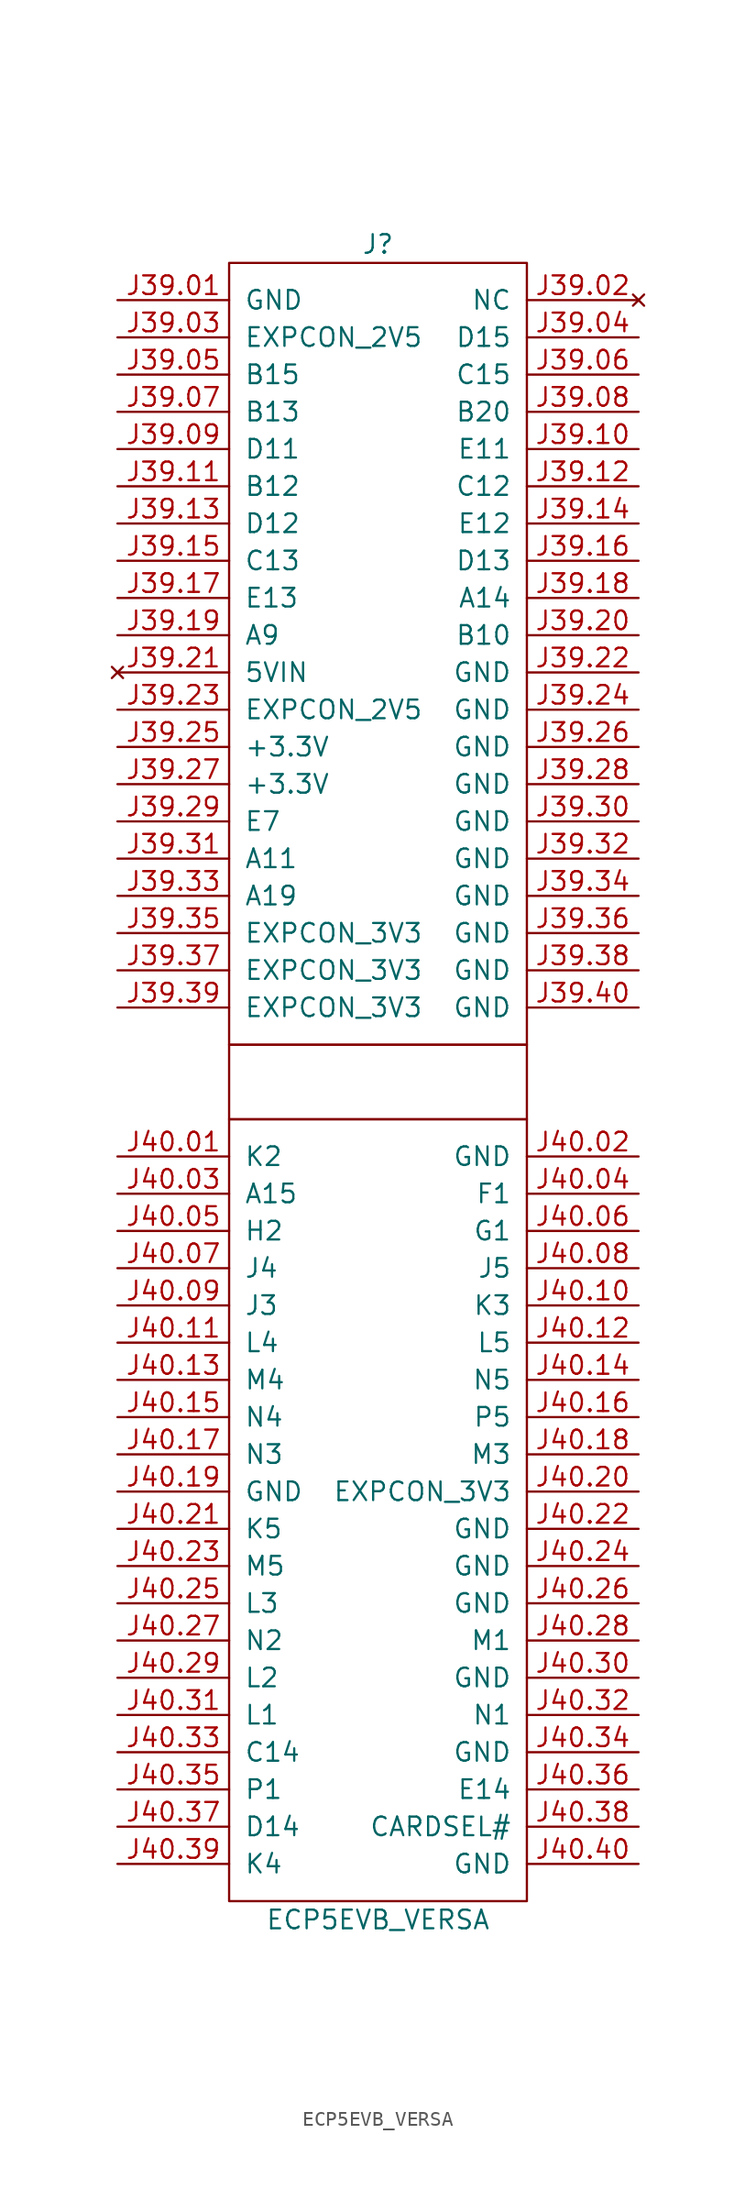
<source format=kicad_sym>
(kicad_symbol_lib
  (version 20201005)
  (generator kicad_symbol_editor)
  (symbol "lattice:ECP5EVB_VERSA"
    (pin_names
      (offset 1.016))
    (property "Reference" "J"
      (at 0 57.15 0)
      (effects (font (size 1.27 1.27))))
    (property "Value" "ECP5EVB_VERSA"
      (at 0 -57.15 0)
      (effects (font (size 1.27 1.27))))
    (symbol "ECP5EVB_VERSA_0_1"
      (rectangle (start -10.16 -2.54) (end 10.16 -55.88) (stroke (width 0)) (fill (type none)))
      (rectangle (start -10.16 2.54) (end 10.16 -2.54) (stroke (width 0)) (fill (type none)))
      (rectangle (start -10.16 55.88) (end 10.16 2.54) (stroke (width 0)) (fill (type none))))
    (symbol "ECP5EVB_VERSA_1_1"
      (pin power_out line (at -17.78 53.34 0) (length 7.62) (name "GND" (effects (font (size 1.27 1.27)))) (number "J39.01" (effects (font (size 1.27 1.27)))))
      (pin no_connect line (at 17.78 53.34 180) (length 7.62) (name "NC" (effects (font (size 1.27 1.27)))) (number "J39.02" (effects (font (size 1.27 1.27)))))
      (pin power_out line (at -17.78 50.8 0) (length 7.62) (name "EXPCON_2V5" (effects (font (size 1.27 1.27)))) (number "J39.03" (effects (font (size 1.27 1.27)))))
      (pin bidirectional line (at 17.78 50.8 180) (length 7.62) (name "D15" (effects (font (size 1.27 1.27)))) (number "J39.04" (effects (font (size 1.27 1.27)))))
      (pin bidirectional line (at -17.78 48.26 0) (length 7.62) (name "B15" (effects (font (size 1.27 1.27)))) (number "J39.05" (effects (font (size 1.27 1.27)))))
      (pin bidirectional line (at 17.78 48.26 180) (length 7.62) (name "C15" (effects (font (size 1.27 1.27)))) (number "J39.06" (effects (font (size 1.27 1.27)))))
      (pin bidirectional line (at -17.78 45.72 0) (length 7.62) (name "B13" (effects (font (size 1.27 1.27)))) (number "J39.07" (effects (font (size 1.27 1.27)))))
      (pin bidirectional line (at 17.78 45.72 180) (length 7.62) (name "B20" (effects (font (size 1.27 1.27)))) (number "J39.08" (effects (font (size 1.27 1.27)))))
      (pin bidirectional line (at -17.78 43.18 0) (length 7.62) (name "D11" (effects (font (size 1.27 1.27)))) (number "J39.09" (effects (font (size 1.27 1.27)))))
      (pin bidirectional line (at 17.78 43.18 180) (length 7.62) (name "E11" (effects (font (size 1.27 1.27)))) (number "J39.10" (effects (font (size 1.27 1.27)))))
      (pin bidirectional line (at -17.78 40.64 0) (length 7.62) (name "B12" (effects (font (size 1.27 1.27)))) (number "J39.11" (effects (font (size 1.27 1.27)))))
      (pin bidirectional line (at 17.78 40.64 180) (length 7.62) (name "C12" (effects (font (size 1.27 1.27)))) (number "J39.12" (effects (font (size 1.27 1.27)))))
      (pin bidirectional line (at -17.78 38.1 0) (length 7.62) (name "D12" (effects (font (size 1.27 1.27)))) (number "J39.13" (effects (font (size 1.27 1.27)))))
      (pin bidirectional line (at 17.78 38.1 180) (length 7.62) (name "E12" (effects (font (size 1.27 1.27)))) (number "J39.14" (effects (font (size 1.27 1.27)))))
      (pin bidirectional line (at -17.78 35.56 0) (length 7.62) (name "C13" (effects (font (size 1.27 1.27)))) (number "J39.15" (effects (font (size 1.27 1.27)))))
      (pin bidirectional line (at 17.78 35.56 180) (length 7.62) (name "D13" (effects (font (size 1.27 1.27)))) (number "J39.16" (effects (font (size 1.27 1.27)))))
      (pin bidirectional line (at -17.78 33.02 0) (length 7.62) (name "E13" (effects (font (size 1.27 1.27)))) (number "J39.17" (effects (font (size 1.27 1.27)))))
      (pin bidirectional line (at 17.78 33.02 180) (length 7.62) (name "A14" (effects (font (size 1.27 1.27)))) (number "J39.18" (effects (font (size 1.27 1.27)))))
      (pin bidirectional line (at -17.78 30.48 0) (length 7.62) (name "A9" (effects (font (size 1.27 1.27)))) (number "J39.19" (effects (font (size 1.27 1.27)))))
      (pin bidirectional line (at 17.78 30.48 180) (length 7.62) (name "B10" (effects (font (size 1.27 1.27)))) (number "J39.20" (effects (font (size 1.27 1.27)))))
      (pin no_connect line (at -17.78 27.94 0) (length 7.62) (name "5VIN" (effects (font (size 1.27 1.27)))) (number "J39.21" (effects (font (size 1.27 1.27)))))
      (pin power_out line (at 17.78 27.94 180) (length 7.62) (name "GND" (effects (font (size 1.27 1.27)))) (number "J39.22" (effects (font (size 1.27 1.27)))))
      (pin power_out line (at -17.78 25.4 0) (length 7.62) (name "EXPCON_2V5" (effects (font (size 1.27 1.27)))) (number "J39.23" (effects (font (size 1.27 1.27)))))
      (pin power_out line (at 17.78 25.4 180) (length 7.62) (name "GND" (effects (font (size 1.27 1.27)))) (number "J39.24" (effects (font (size 1.27 1.27)))))
      (pin power_out line (at -17.78 22.86 0) (length 7.62) (name "+3.3V" (effects (font (size 1.27 1.27)))) (number "J39.25" (effects (font (size 1.27 1.27)))))
      (pin power_out line (at 17.78 22.86 180) (length 7.62) (name "GND" (effects (font (size 1.27 1.27)))) (number "J39.26" (effects (font (size 1.27 1.27)))))
      (pin power_out line (at -17.78 20.32 0) (length 7.62) (name "+3.3V" (effects (font (size 1.27 1.27)))) (number "J39.27" (effects (font (size 1.27 1.27)))))
      (pin power_out line (at 17.78 20.32 180) (length 7.62) (name "GND" (effects (font (size 1.27 1.27)))) (number "J39.28" (effects (font (size 1.27 1.27)))))
      (pin bidirectional line (at -17.78 17.78 0) (length 7.62) (name "E7" (effects (font (size 1.27 1.27)))) (number "J39.29" (effects (font (size 1.27 1.27)))))
      (pin power_out line (at 17.78 17.78 180) (length 7.62) (name "GND" (effects (font (size 1.27 1.27)))) (number "J39.30" (effects (font (size 1.27 1.27)))))
      (pin bidirectional line (at -17.78 15.24 0) (length 7.62) (name "A11" (effects (font (size 1.27 1.27)))) (number "J39.31" (effects (font (size 1.27 1.27)))))
      (pin power_out line (at 17.78 15.24 180) (length 7.62) (name "GND" (effects (font (size 1.27 1.27)))) (number "J39.32" (effects (font (size 1.27 1.27)))))
      (pin bidirectional line (at -17.78 12.7 0) (length 7.62) (name "A19" (effects (font (size 1.27 1.27)))) (number "J39.33" (effects (font (size 1.27 1.27)))))
      (pin power_out line (at 17.78 12.7 180) (length 7.62) (name "GND" (effects (font (size 1.27 1.27)))) (number "J39.34" (effects (font (size 1.27 1.27)))))
      (pin power_out line (at -17.78 10.16 0) (length 7.62) (name "EXPCON_3V3" (effects (font (size 1.27 1.27)))) (number "J39.35" (effects (font (size 1.27 1.27)))))
      (pin power_out line (at 17.78 10.16 180) (length 7.62) (name "GND" (effects (font (size 1.27 1.27)))) (number "J39.36" (effects (font (size 1.27 1.27)))))
      (pin power_out line (at -17.78 7.62 0) (length 7.62) (name "EXPCON_3V3" (effects (font (size 1.27 1.27)))) (number "J39.37" (effects (font (size 1.27 1.27)))))
      (pin power_out line (at 17.78 7.62 180) (length 7.62) (name "GND" (effects (font (size 1.27 1.27)))) (number "J39.38" (effects (font (size 1.27 1.27)))))
      (pin power_out line (at -17.78 5.08 0) (length 7.62) (name "EXPCON_3V3" (effects (font (size 1.27 1.27)))) (number "J39.39" (effects (font (size 1.27 1.27)))))
      (pin power_out line (at 17.78 5.08 180) (length 7.62) (name "GND" (effects (font (size 1.27 1.27)))) (number "J39.40" (effects (font (size 1.27 1.27)))))
      (pin bidirectional line (at -17.78 -5.08 0) (length 7.62) (name "K2" (effects (font (size 1.27 1.27)))) (number "J40.01" (effects (font (size 1.27 1.27)))))
      (pin power_out line (at 17.78 -5.08 180) (length 7.62) (name "GND" (effects (font (size 1.27 1.27)))) (number "J40.02" (effects (font (size 1.27 1.27)))))
      (pin bidirectional line (at -17.78 -7.62 0) (length 7.62) (name "A15" (effects (font (size 1.27 1.27)))) (number "J40.03" (effects (font (size 1.27 1.27)))))
      (pin bidirectional line (at 17.78 -7.62 180) (length 7.62) (name "F1" (effects (font (size 1.27 1.27)))) (number "J40.04" (effects (font (size 1.27 1.27)))))
      (pin bidirectional line (at -17.78 -10.16 0) (length 7.62) (name "H2" (effects (font (size 1.27 1.27)))) (number "J40.05" (effects (font (size 1.27 1.27)))))
      (pin bidirectional line (at 17.78 -10.16 180) (length 7.62) (name "G1" (effects (font (size 1.27 1.27)))) (number "J40.06" (effects (font (size 1.27 1.27)))))
      (pin bidirectional line (at -17.78 -12.7 0) (length 7.62) (name "J4" (effects (font (size 1.27 1.27)))) (number "J40.07" (effects (font (size 1.27 1.27)))))
      (pin bidirectional line (at 17.78 -12.7 180) (length 7.62) (name "J5" (effects (font (size 1.27 1.27)))) (number "J40.08" (effects (font (size 1.27 1.27)))))
      (pin bidirectional line (at -17.78 -15.24 0) (length 7.62) (name "J3" (effects (font (size 1.27 1.27)))) (number "J40.09" (effects (font (size 1.27 1.27)))))
      (pin bidirectional line (at 17.78 -15.24 180) (length 7.62) (name "K3" (effects (font (size 1.27 1.27)))) (number "J40.10" (effects (font (size 1.27 1.27)))))
      (pin bidirectional line (at -17.78 -17.78 0) (length 7.62) (name "L4" (effects (font (size 1.27 1.27)))) (number "J40.11" (effects (font (size 1.27 1.27)))))
      (pin bidirectional line (at 17.78 -17.78 180) (length 7.62) (name "L5" (effects (font (size 1.27 1.27)))) (number "J40.12" (effects (font (size 1.27 1.27)))))
      (pin bidirectional line (at -17.78 -20.32 0) (length 7.62) (name "M4" (effects (font (size 1.27 1.27)))) (number "J40.13" (effects (font (size 1.27 1.27)))))
      (pin bidirectional line (at 17.78 -20.32 180) (length 7.62) (name "N5" (effects (font (size 1.27 1.27)))) (number "J40.14" (effects (font (size 1.27 1.27)))))
      (pin bidirectional line (at -17.78 -22.86 0) (length 7.62) (name "N4" (effects (font (size 1.27 1.27)))) (number "J40.15" (effects (font (size 1.27 1.27)))))
      (pin bidirectional line (at 17.78 -22.86 180) (length 7.62) (name "P5" (effects (font (size 1.27 1.27)))) (number "J40.16" (effects (font (size 1.27 1.27)))))
      (pin bidirectional line (at -17.78 -25.4 0) (length 7.62) (name "N3" (effects (font (size 1.27 1.27)))) (number "J40.17" (effects (font (size 1.27 1.27)))))
      (pin bidirectional line (at 17.78 -25.4 180) (length 7.62) (name "M3" (effects (font (size 1.27 1.27)))) (number "J40.18" (effects (font (size 1.27 1.27)))))
      (pin power_out line (at -17.78 -27.94 0) (length 7.62) (name "GND" (effects (font (size 1.27 1.27)))) (number "J40.19" (effects (font (size 1.27 1.27)))))
      (pin power_out line (at 17.78 -27.94 180) (length 7.62) (name "EXPCON_3V3" (effects (font (size 1.27 1.27)))) (number "J40.20" (effects (font (size 1.27 1.27)))))
      (pin bidirectional line (at -17.78 -30.48 0) (length 7.62) (name "K5" (effects (font (size 1.27 1.27)))) (number "J40.21" (effects (font (size 1.27 1.27)))))
      (pin power_out line (at 17.78 -30.48 180) (length 7.62) (name "GND" (effects (font (size 1.27 1.27)))) (number "J40.22" (effects (font (size 1.27 1.27)))))
      (pin bidirectional line (at -17.78 -33.02 0) (length 7.62) (name "M5" (effects (font (size 1.27 1.27)))) (number "J40.23" (effects (font (size 1.27 1.27)))))
      (pin power_out line (at 17.78 -33.02 180) (length 7.62) (name "GND" (effects (font (size 1.27 1.27)))) (number "J40.24" (effects (font (size 1.27 1.27)))))
      (pin bidirectional line (at -17.78 -35.56 0) (length 7.62) (name "L3" (effects (font (size 1.27 1.27)))) (number "J40.25" (effects (font (size 1.27 1.27)))))
      (pin power_out line (at 17.78 -35.56 180) (length 7.62) (name "GND" (effects (font (size 1.27 1.27)))) (number "J40.26" (effects (font (size 1.27 1.27)))))
      (pin bidirectional line (at -17.78 -38.1 0) (length 7.62) (name "N2" (effects (font (size 1.27 1.27)))) (number "J40.27" (effects (font (size 1.27 1.27)))))
      (pin bidirectional line (at 17.78 -38.1 180) (length 7.62) (name "M1" (effects (font (size 1.27 1.27)))) (number "J40.28" (effects (font (size 1.27 1.27)))))
      (pin bidirectional line (at -17.78 -40.64 0) (length 7.62) (name "L2" (effects (font (size 1.27 1.27)))) (number "J40.29" (effects (font (size 1.27 1.27)))))
      (pin power_out line (at 17.78 -40.64 180) (length 7.62) (name "GND" (effects (font (size 1.27 1.27)))) (number "J40.30" (effects (font (size 1.27 1.27)))))
      (pin bidirectional line (at -17.78 -43.18 0) (length 7.62) (name "L1" (effects (font (size 1.27 1.27)))) (number "J40.31" (effects (font (size 1.27 1.27)))))
      (pin bidirectional line (at 17.78 -43.18 180) (length 7.62) (name "N1" (effects (font (size 1.27 1.27)))) (number "J40.32" (effects (font (size 1.27 1.27)))))
      (pin bidirectional line (at -17.78 -45.72 0) (length 7.62) (name "C14" (effects (font (size 1.27 1.27)))) (number "J40.33" (effects (font (size 1.27 1.27)))))
      (pin power_out line (at 17.78 -45.72 180) (length 7.62) (name "GND" (effects (font (size 1.27 1.27)))) (number "J40.34" (effects (font (size 1.27 1.27)))))
      (pin bidirectional line (at -17.78 -48.26 0) (length 7.62) (name "P1" (effects (font (size 1.27 1.27)))) (number "J40.35" (effects (font (size 1.27 1.27)))))
      (pin bidirectional line (at 17.78 -48.26 180) (length 7.62) (name "E14" (effects (font (size 1.27 1.27)))) (number "J40.36" (effects (font (size 1.27 1.27)))))
      (pin bidirectional line (at -17.78 -50.8 0) (length 7.62) (name "D14" (effects (font (size 1.27 1.27)))) (number "J40.37" (effects (font (size 1.27 1.27)))))
      (pin unspecified line (at 17.78 -50.8 180) (length 7.62) (name "CARDSEL#" (effects (font (size 1.27 1.27)))) (number "J40.38" (effects (font (size 1.27 1.27)))))
      (pin bidirectional line (at -17.78 -53.34 0) (length 7.62) (name "K4" (effects (font (size 1.27 1.27)))) (number "J40.39" (effects (font (size 1.27 1.27)))))
      (pin power_out line (at 17.78 -53.34 180) (length 7.62) (name "GND" (effects (font (size 1.27 1.27)))) (number "J40.40" (effects (font (size 1.27 1.27))))))))
</source>
